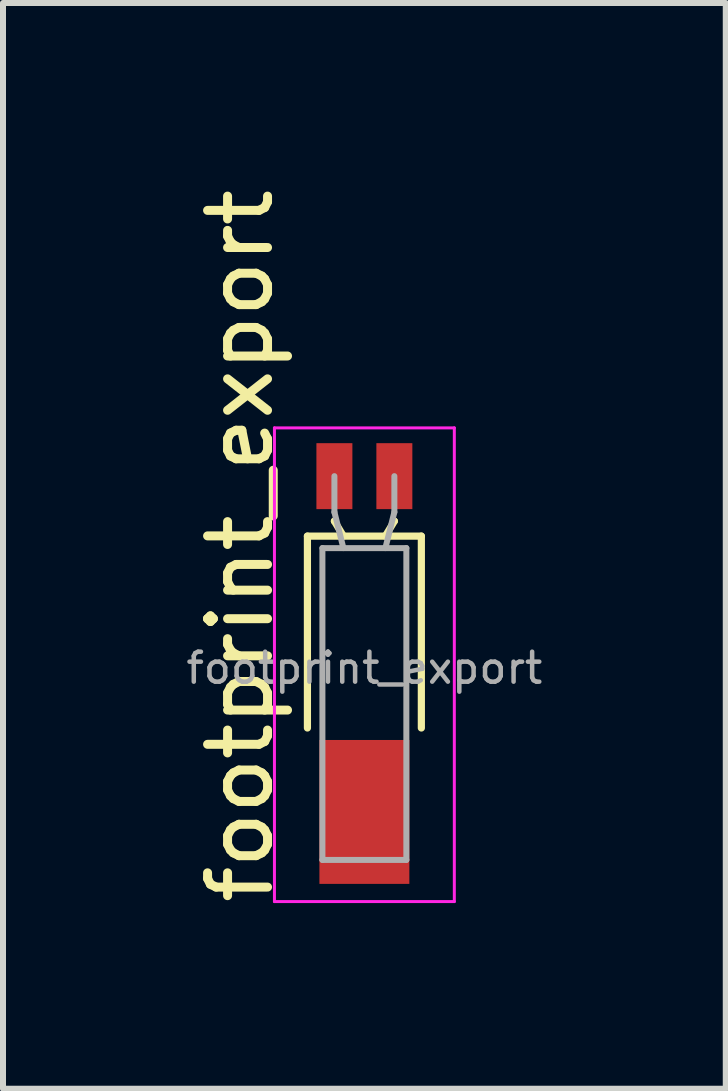
<source format=kicad_pcb>
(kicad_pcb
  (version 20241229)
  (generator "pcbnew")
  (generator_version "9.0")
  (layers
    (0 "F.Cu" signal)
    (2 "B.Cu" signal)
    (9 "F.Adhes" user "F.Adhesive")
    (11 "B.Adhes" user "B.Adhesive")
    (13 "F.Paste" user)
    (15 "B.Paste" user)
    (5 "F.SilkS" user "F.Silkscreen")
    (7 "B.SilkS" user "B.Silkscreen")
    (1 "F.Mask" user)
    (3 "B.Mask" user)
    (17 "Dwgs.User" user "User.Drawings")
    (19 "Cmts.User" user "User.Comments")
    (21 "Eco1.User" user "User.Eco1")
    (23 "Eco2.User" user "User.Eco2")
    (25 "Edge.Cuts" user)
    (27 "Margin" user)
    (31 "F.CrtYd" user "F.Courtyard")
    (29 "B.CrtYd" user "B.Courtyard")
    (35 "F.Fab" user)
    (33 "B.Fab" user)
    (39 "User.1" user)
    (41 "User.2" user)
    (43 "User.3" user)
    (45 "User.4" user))
  (footprint "footprint_export"
    (layer "F.Cu")
    (at 3.027 8.016)
    (property "Reference" "footprint_export" (at -2.07 -1.962 90) (layer "F.SilkS") (effects (font (size 1 1) (thickness 0.15))))
    (attr smd)
    (fp_line (start -0.95 -2.125) (end 0.95 -2.125) (stroke (width 0.12) (type solid)) (layer "F.SilkS"))
    (fp_line (start -0.95 1.075) (end -0.95 -2.125) (stroke (width 0.12) (type solid)) (layer "F.SilkS"))
    (fp_line (start -0.5 -2.375) (end -0.5 -2.375) (stroke (width 0.12) (type solid)) (layer "F.SilkS"))
    (fp_line (start -0.35 -2.125) (end -0.5 -2.375) (stroke (width 0.12) (type solid)) (layer "F.SilkS"))
    (fp_line (start 0.35 -2.125) (end 0.5 -2.375) (stroke (width 0.12) (type solid)) (layer "F.SilkS"))
    (fp_line (start 0.5 -2.375) (end 0.5 -2.375) (stroke (width 0.12) (type solid)) (layer "F.SilkS"))
    (fp_line (start 0.95 -2.125) (end 0.95 1.075) (stroke (width 0.12) (type solid)) (layer "F.SilkS"))
    (fp_line (start -1.5 -3.93) (end -1.5 3.97) (stroke (width 0.05) (type solid)) (layer "F.CrtYd"))
    (fp_line (start -1.5 3.97) (end 1.5 3.97) (stroke (width 0.05) (type solid)) (layer "F.CrtYd"))
    (fp_line (start 1.5 -3.93) (end -1.5 -3.93) (stroke (width 0.05) (type solid)) (layer "F.CrtYd"))
    (fp_line (start 1.5 3.97) (end 1.5 -3.93) (stroke (width 0.05) (type solid)) (layer "F.CrtYd"))
    (fp_line (start -0.7 -1.925) (end -0.7 3.275) (stroke (width 0.1) (type solid)) (layer "F.Fab"))
    (fp_line (start -0.7 3.275) (end 0.7 3.275) (stroke (width 0.1) (type solid)) (layer "F.Fab"))
    (fp_line (start -0.5 -2.525) (end -0.5 -3.125) (stroke (width 0.1) (type solid)) (layer "F.Fab"))
    (fp_line (start -0.35 -1.925) (end -0.5 -2.525) (stroke (width 0.1) (type solid)) (layer "F.Fab"))
    (fp_line (start 0.35 -1.925) (end 0.5 -2.525) (stroke (width 0.1) (type solid)) (layer "F.Fab"))
    (fp_line (start 0.5 -2.525) (end 0.5 -3.125) (stroke (width 0.1) (type solid)) (layer "F.Fab"))
    (fp_line (start 0.7 -1.925) (end -0.7 -1.925) (stroke (width 0.1) (type solid)) (layer "F.Fab"))
    (fp_line (start 0.7 3.275) (end 0.7 -1.925) (stroke (width 0.1) (type solid)) (layer "F.Fab"))
    (fp_text user "${REFERENCE}" (at 0 0.075 0) (layer "F.Fab") (effects (font (size 0.5 0.5) (thickness 0.075))))
    (pad "1" smd rect (at -0.5 -3.125) (size 0.6 1.1) (layers "F.Cu" "F.Mask" "F.Paste"))
    (pad "2" smd rect (at 0.5 -3.125) (size 0.6 1.1) (layers "F.Cu" "F.Mask" "F.Paste"))
    (pad "3" smd rect (at 0 2.475) (size 1.5 2.4) (layers "F.Cu" "F.Mask" "F.Paste")))
  (gr_rect
    (start -3 -3)
    (end 9.054 15.107)
    (stroke (width 0.1) (type default))
    (fill no)
    (layer "Edge.Cuts")))
</source>
